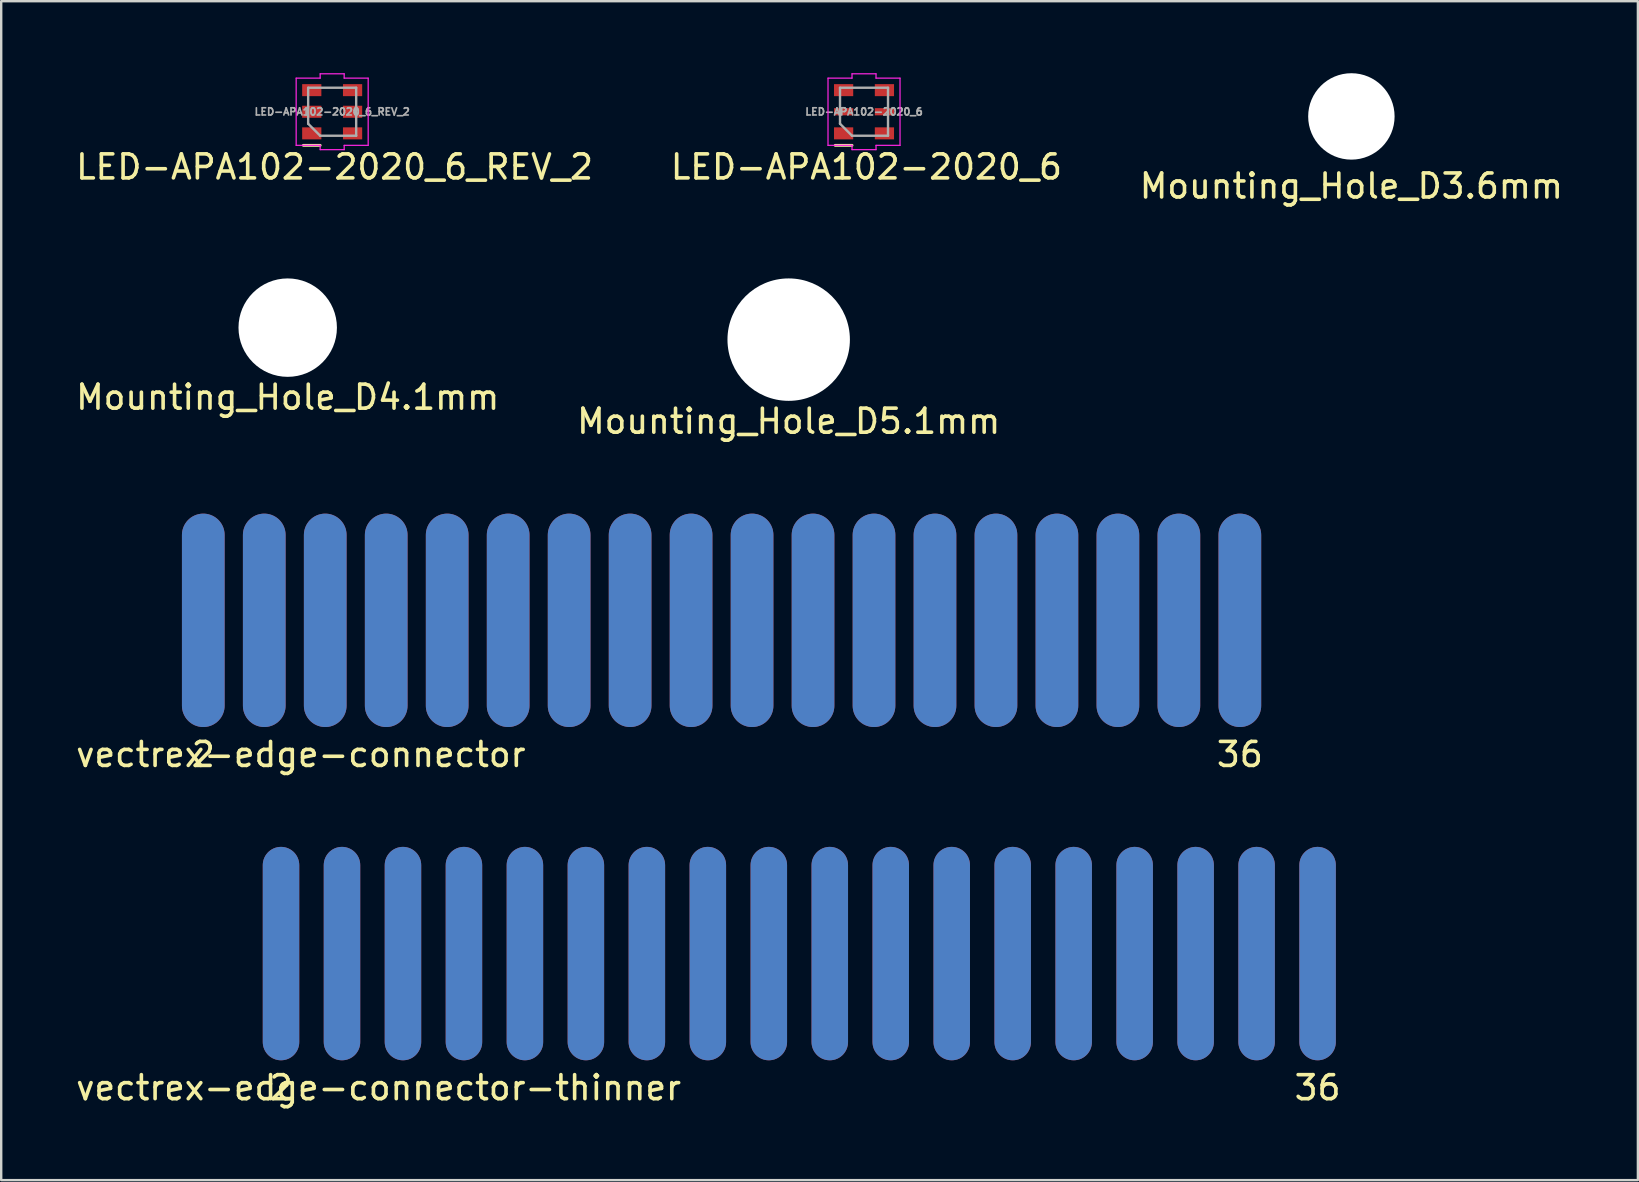
<source format=kicad_pcb>
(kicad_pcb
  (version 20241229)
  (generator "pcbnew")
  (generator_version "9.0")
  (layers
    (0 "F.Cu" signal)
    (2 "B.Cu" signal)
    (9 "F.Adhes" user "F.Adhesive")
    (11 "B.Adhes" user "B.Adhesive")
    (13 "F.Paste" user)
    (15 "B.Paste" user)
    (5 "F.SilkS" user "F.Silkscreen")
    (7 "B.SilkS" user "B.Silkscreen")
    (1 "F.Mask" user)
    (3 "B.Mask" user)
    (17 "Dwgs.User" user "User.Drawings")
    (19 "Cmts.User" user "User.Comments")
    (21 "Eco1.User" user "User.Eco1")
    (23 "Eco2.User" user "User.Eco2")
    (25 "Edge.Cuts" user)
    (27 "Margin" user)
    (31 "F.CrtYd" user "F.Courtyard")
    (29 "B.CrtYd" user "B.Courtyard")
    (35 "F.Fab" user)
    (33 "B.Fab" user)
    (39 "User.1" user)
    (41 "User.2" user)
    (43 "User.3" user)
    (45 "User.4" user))
  (footprint "Mounting_Hole_D5.1mm"
    (layer "F.Cu")
    (at 29.804 11.098)
    (property "Reference" "Mounting_Hole_D5.1mm" (at 0 3.4 0) (layer "F.SilkS") (effects (font (size 1 1) (thickness 0.15))))
    (attr through_hole)
    (fp_circle (center 0 0) (end 1.5 0) (stroke (width 0.05) (type solid)) (fill no) (layer "F.CrtYd"))
    (fp_circle (center 0 0) (end 0.5 0) (stroke (width 0.12) (type solid)) (fill no) (layer "F.Fab"))
    (fp_circle (center 0 0) (end 1 0) (stroke (width 0.12) (type solid)) (fill no) (layer "F.Fab"))
    (pad "" np_thru_hole circle (at 0 0) (size 5.1 5.1) (drill 5.1) (layers "*.Cu" "*.Mask")))
  (footprint "LED-APA102-2020_6"
    (layer "F.Cu")
    (at 32.942 1.605)
    (property "Reference" "LED-APA102-2020_6" (at 0.1 2.3 0) (layer "F.SilkS") (effects (font (size 1 1) (thickness 0.15))))
    (attr smd)
    (fp_line (start -1.2 1.4) (end -0.5 1.4) (stroke (width 0.12) (type solid)) (layer "F.SilkS"))
    (fp_line (start -1.5 -1.4) (end -1.5 1.4) (stroke (width 0.05) (type solid)) (layer "F.CrtYd"))
    (fp_line (start -1.5 -1.4) (end -0.5 -1.4) (stroke (width 0.05) (type solid)) (layer "F.CrtYd"))
    (fp_line (start -0.5 -1.58) (end 0.5 -1.58) (stroke (width 0.05) (type solid)) (layer "F.CrtYd"))
    (fp_line (start -0.5 -1.4) (end -0.5 -1.58) (stroke (width 0.05) (type solid)) (layer "F.CrtYd"))
    (fp_line (start -0.5 1.4) (end -1.5 1.4) (stroke (width 0.05) (type solid)) (layer "F.CrtYd"))
    (fp_line (start -0.5 1.4) (end -0.5 1.58) (stroke (width 0.05) (type solid)) (layer "F.CrtYd"))
    (fp_line (start -0.5 1.58) (end 0.5 1.58) (stroke (width 0.05) (type solid)) (layer "F.CrtYd"))
    (fp_line (start 0.5 -1.58) (end 0.5 -1.4) (stroke (width 0.05) (type solid)) (layer "F.CrtYd"))
    (fp_line (start 0.5 -1.4) (end 1.5 -1.4) (stroke (width 0.05) (type solid)) (layer "F.CrtYd"))
    (fp_line (start 0.5 1.58) (end 0.5 1.4) (stroke (width 0.05) (type solid)) (layer "F.CrtYd"))
    (fp_line (start 1.5 -1.4) (end 1.5 1.4) (stroke (width 0.05) (type solid)) (layer "F.CrtYd"))
    (fp_line (start 1.5 1.4) (end 0.5 1.4) (stroke (width 0.05) (type solid)) (layer "F.CrtYd"))
    (fp_line (start -1 -1) (end 1 -1) (stroke (width 0.1) (type solid)) (layer "F.Fab"))
    (fp_line (start -1 0.5) (end -1 -1) (stroke (width 0.1) (type solid)) (layer "F.Fab"))
    (fp_line (start -1 0.5) (end -0.5 1) (stroke (width 0.1) (type solid)) (layer "F.Fab"))
    (fp_line (start 1 -1) (end 1 1) (stroke (width 0.1) (type solid)) (layer "F.Fab"))
    (fp_line (start 1 1) (end -0.5 1) (stroke (width 0.1) (type solid)) (layer "F.Fab"))
    (fp_text user "${REFERENCE}" (at 0 0 0) (layer "F.Fab") (effects (font (size 0.3 0.3) (thickness 0.07))))
    (pad "1" smd rect (at -0.85 -0.9) (size 0.8 0.5) (layers "F.Cu" "F.Mask" "F.Paste"))
    (pad "2" smd rect (at -0.85 0) (size 0.8 0.3) (layers "F.Cu" "F.Mask" "F.Paste"))
    (pad "3" smd rect (at -0.85 0.9) (size 0.8 0.5) (layers "F.Cu" "F.Mask" "F.Paste"))
    (pad "4" smd rect (at 0.85 0.9) (size 0.8 0.5) (layers "F.Cu" "F.Mask" "F.Paste"))
    (pad "5" smd rect (at 0.85 0) (size 0.8 0.3) (layers "F.Cu" "F.Mask" "F.Paste"))
    (pad "6" smd rect (at 0.85 -0.9) (size 0.8 0.5) (layers "F.Cu" "F.Mask" "F.Paste")))
  (footprint "vectrex-edge-connector-thinner"
    (layer "F.Cu")
    (at 30.246 36.673)
    (property "Reference" "vectrex-edge-connector-thinner" (at -17.526 5.588 180) (layer "F.SilkS") (effects (font (size 1 1) (thickness 0.15))))
    (attr through_hole)
    (fp_text user "36" (at 21.59 5.588 180) (layer "F.SilkS") (effects (font (size 1 1) (thickness 0.15))))
    (fp_text user "2" (at -21.59 5.588 180) (layer "F.SilkS") (effects (font (size 1 1) (thickness 0.15))))
    (pad "1" smd oval (at -21.59 0) (size 1.52 8.89) (layers "B.Cu" "B.Mask"))
    (pad "2" smd oval (at -21.59 0) (size 1.52 8.89) (layers "F.Cu" "F.Mask"))
    (pad "3" smd oval (at -19.05 0) (size 1.52 8.89) (layers "B.Cu" "B.Mask"))
    (pad "4" smd oval (at -19.05 0) (size 1.52 8.89) (layers "F.Cu" "F.Mask"))
    (pad "5" smd oval (at -16.51 0) (size 1.52 8.89) (layers "B.Cu" "B.Mask"))
    (pad "6" smd oval (at -16.51 0) (size 1.52 8.89) (layers "F.Cu" "F.Mask"))
    (pad "7" smd oval (at -13.97 0) (size 1.52 8.89) (layers "B.Cu" "B.Mask"))
    (pad "8" smd oval (at -13.97 0) (size 1.52 8.89) (layers "F.Cu" "F.Mask"))
    (pad "9" smd oval (at -11.43 0) (size 1.52 8.89) (layers "B.Cu" "B.Mask"))
    (pad "10" smd oval (at -11.43 0) (size 1.52 8.89) (layers "F.Cu" "F.Mask"))
    (pad "11" smd oval (at -8.89 0) (size 1.52 8.89) (layers "B.Cu" "B.Mask"))
    (pad "12" smd oval (at -8.89 0) (size 1.52 8.89) (layers "F.Cu" "F.Mask"))
    (pad "13" smd oval (at -6.35 0) (size 1.52 8.89) (layers "B.Cu" "B.Mask"))
    (pad "14" smd oval (at -6.35 0) (size 1.52 8.89) (layers "F.Cu" "F.Mask"))
    (pad "15" smd oval (at -3.81 0) (size 1.52 8.89) (layers "B.Cu" "B.Mask"))
    (pad "16" smd oval (at -3.81 0) (size 1.52 8.89) (layers "F.Cu" "F.Mask"))
    (pad "17" smd oval (at -1.27 0) (size 1.52 8.89) (layers "B.Cu" "B.Mask"))
    (pad "18" smd oval (at -1.27 0) (size 1.52 8.89) (layers "F.Cu" "F.Mask"))
    (pad "19" smd oval (at 1.27 0) (size 1.52 8.89) (layers "B.Cu" "B.Mask"))
    (pad "20" smd oval (at 1.27 0) (size 1.52 8.89) (layers "F.Cu" "F.Mask"))
    (pad "21" smd oval (at 3.81 0) (size 1.52 8.89) (layers "B.Cu" "B.Mask"))
    (pad "22" smd oval (at 3.81 0) (size 1.52 8.89) (layers "F.Cu" "F.Mask"))
    (pad "23" smd oval (at 6.35 0) (size 1.52 8.89) (layers "B.Cu" "B.Mask"))
    (pad "24" smd oval (at 6.35 0) (size 1.52 8.89) (layers "F.Cu" "F.Mask"))
    (pad "25" smd oval (at 8.89 0) (size 1.52 8.89) (layers "B.Cu" "B.Mask"))
    (pad "26" smd oval (at 8.89 0) (size 1.52 8.89) (layers "F.Cu" "F.Mask"))
    (pad "27" smd oval (at 11.43 0) (size 1.52 8.89) (layers "B.Cu" "B.Mask"))
    (pad "28" smd oval (at 11.43 0) (size 1.52 8.89) (layers "F.Cu" "F.Mask"))
    (pad "29" smd oval (at 13.97 0) (size 1.52 8.89) (layers "B.Cu" "B.Mask"))
    (pad "30" smd oval (at 13.97 0) (size 1.52 8.89) (layers "F.Cu" "F.Mask"))
    (pad "31" smd oval (at 16.51 0) (size 1.52 8.89) (layers "B.Cu" "B.Mask"))
    (pad "32" smd oval (at 16.51 0) (size 1.52 8.89) (layers "F.Cu" "F.Mask"))
    (pad "33" smd oval (at 19.05 0) (size 1.52 8.89) (layers "B.Cu" "B.Mask"))
    (pad "34" smd oval (at 19.05 0) (size 1.52 8.89) (layers "F.Cu" "F.Mask"))
    (pad "35" smd oval (at 21.59 0) (size 1.52 8.89) (layers "B.Cu" "B.Mask"))
    (pad "36" smd oval (at 21.59 0) (size 1.52 8.89) (layers "F.Cu" "F.Mask")))
  (footprint "vectrex-edge-connector"
    (layer "F.Cu")
    (at 5.418 22.791)
    (property "Reference" "vectrex-edge-connector" (at 4.064 5.588 0) (layer "F.SilkS") (effects (font (size 1 1) (thickness 0.15))))
    (attr through_hole)
    (fp_text user "36" (at 43.18 5.588 0) (layer "F.SilkS") (effects (font (size 1 1) (thickness 0.15))))
    (fp_text user "2" (at 0 5.588 0) (layer "F.SilkS") (effects (font (size 1 1) (thickness 0.15))))
    (pad "1" smd oval (at 0 0) (size 1.778 8.89) (layers "B.Cu" "B.Mask"))
    (pad "2" smd oval (at 0 0) (size 1.778 8.89) (layers "F.Cu" "F.Mask"))
    (pad "3" smd oval (at 2.54 0) (size 1.778 8.89) (layers "B.Cu" "B.Mask"))
    (pad "4" smd oval (at 2.54 0) (size 1.778 8.89) (layers "F.Cu" "F.Mask"))
    (pad "5" smd oval (at 5.08 0) (size 1.778 8.89) (layers "B.Cu" "B.Mask"))
    (pad "6" smd oval (at 5.08 0) (size 1.778 8.89) (layers "F.Cu" "F.Mask"))
    (pad "7" smd oval (at 7.62 0) (size 1.778 8.89) (layers "B.Cu" "B.Mask"))
    (pad "8" smd oval (at 7.62 0) (size 1.778 8.89) (layers "F.Cu" "F.Mask"))
    (pad "9" smd oval (at 10.16 0) (size 1.778 8.89) (layers "B.Cu" "B.Mask"))
    (pad "10" smd oval (at 10.16 0) (size 1.778 8.89) (layers "F.Cu" "F.Mask"))
    (pad "11" smd oval (at 12.7 0) (size 1.778 8.89) (layers "B.Cu" "B.Mask"))
    (pad "12" smd oval (at 12.7 0) (size 1.778 8.89) (layers "F.Cu" "F.Mask"))
    (pad "13" smd oval (at 15.24 0) (size 1.778 8.89) (layers "B.Cu" "B.Mask"))
    (pad "14" smd oval (at 15.24 0) (size 1.778 8.89) (layers "F.Cu" "F.Mask"))
    (pad "15" smd oval (at 17.78 0) (size 1.778 8.89) (layers "B.Cu" "B.Mask"))
    (pad "16" smd oval (at 17.78 0) (size 1.778 8.89) (layers "F.Cu" "F.Mask"))
    (pad "17" smd oval (at 20.32 0) (size 1.778 8.89) (layers "B.Cu" "B.Mask"))
    (pad "18" smd oval (at 20.32 0) (size 1.778 8.89) (layers "F.Cu" "F.Mask"))
    (pad "19" smd oval (at 22.86 0) (size 1.778 8.89) (layers "B.Cu" "B.Mask"))
    (pad "20" smd oval (at 22.86 0) (size 1.778 8.89) (layers "F.Cu" "F.Mask"))
    (pad "21" smd oval (at 25.4 0) (size 1.778 8.89) (layers "B.Cu" "B.Mask"))
    (pad "22" smd oval (at 25.4 0) (size 1.778 8.89) (layers "F.Cu" "F.Mask"))
    (pad "23" smd oval (at 27.94 0) (size 1.778 8.89) (layers "B.Cu" "B.Mask"))
    (pad "24" smd oval (at 27.94 0) (size 1.778 8.89) (layers "F.Cu" "F.Mask"))
    (pad "25" smd oval (at 30.48 0) (size 1.778 8.89) (layers "B.Cu" "B.Mask"))
    (pad "26" smd oval (at 30.48 0) (size 1.778 8.89) (layers "F.Cu" "F.Mask"))
    (pad "27" smd oval (at 33.02 0) (size 1.778 8.89) (layers "B.Cu" "B.Mask"))
    (pad "28" smd oval (at 33.02 0) (size 1.778 8.89) (layers "F.Cu" "F.Mask"))
    (pad "29" smd oval (at 35.56 0) (size 1.778 8.89) (layers "B.Cu" "B.Mask"))
    (pad "30" smd oval (at 35.56 0) (size 1.778 8.89) (layers "F.Cu" "F.Mask"))
    (pad "31" smd oval (at 38.1 0) (size 1.778 8.89) (layers "B.Cu" "B.Mask"))
    (pad "32" smd oval (at 38.1 0) (size 1.778 8.89) (layers "F.Cu" "F.Mask"))
    (pad "33" smd oval (at 40.64 0) (size 1.778 8.89) (layers "B.Cu" "B.Mask"))
    (pad "34" smd oval (at 40.64 0) (size 1.778 8.89) (layers "F.Cu" "F.Mask"))
    (pad "35" smd oval (at 43.18 0) (size 1.778 8.89) (layers "B.Cu" "B.Mask"))
    (pad "36" smd oval (at 43.18 0) (size 1.778 8.89) (layers "F.Cu" "F.Mask")))
  (footprint "LED-APA102-2020_6_REV_2"
    (layer "F.Cu")
    (at 10.787 1.605)
    (property "Reference" "LED-APA102-2020_6_REV_2" (at 0.1 2.3 0) (layer "F.SilkS") (effects (font (size 1 1) (thickness 0.15))))
    (attr smd)
    (fp_line (start -1.2 1.4) (end -0.5 1.4) (stroke (width 0.12) (type solid)) (layer "F.SilkS"))
    (fp_line (start -1.5 -1.4) (end -1.5 1.4) (stroke (width 0.05) (type solid)) (layer "F.CrtYd"))
    (fp_line (start -1.5 -1.4) (end -0.5 -1.4) (stroke (width 0.05) (type solid)) (layer "F.CrtYd"))
    (fp_line (start -0.5 -1.58) (end 0.5 -1.58) (stroke (width 0.05) (type solid)) (layer "F.CrtYd"))
    (fp_line (start -0.5 -1.4) (end -0.5 -1.58) (stroke (width 0.05) (type solid)) (layer "F.CrtYd"))
    (fp_line (start -0.5 1.4) (end -1.5 1.4) (stroke (width 0.05) (type solid)) (layer "F.CrtYd"))
    (fp_line (start -0.5 1.4) (end -0.5 1.58) (stroke (width 0.05) (type solid)) (layer "F.CrtYd"))
    (fp_line (start -0.5 1.58) (end 0.5 1.58) (stroke (width 0.05) (type solid)) (layer "F.CrtYd"))
    (fp_line (start 0.5 -1.58) (end 0.5 -1.4) (stroke (width 0.05) (type solid)) (layer "F.CrtYd"))
    (fp_line (start 0.5 -1.4) (end 1.5 -1.4) (stroke (width 0.05) (type solid)) (layer "F.CrtYd"))
    (fp_line (start 0.5 1.58) (end 0.5 1.4) (stroke (width 0.05) (type solid)) (layer "F.CrtYd"))
    (fp_line (start 1.5 -1.4) (end 1.5 1.4) (stroke (width 0.05) (type solid)) (layer "F.CrtYd"))
    (fp_line (start 1.5 1.4) (end 0.5 1.4) (stroke (width 0.05) (type solid)) (layer "F.CrtYd"))
    (fp_line (start -1 -1) (end 1 -1) (stroke (width 0.1) (type solid)) (layer "F.Fab"))
    (fp_line (start -1 0.5) (end -1 -1) (stroke (width 0.1) (type solid)) (layer "F.Fab"))
    (fp_line (start -1 0.5) (end -0.5 1) (stroke (width 0.1) (type solid)) (layer "F.Fab"))
    (fp_line (start 1 -1) (end 1 1) (stroke (width 0.1) (type solid)) (layer "F.Fab"))
    (fp_line (start 1 1) (end -0.5 1) (stroke (width 0.1) (type solid)) (layer "F.Fab"))
    (fp_text user "${REFERENCE}" (at 0 0 0) (layer "F.Fab") (effects (font (size 0.3 0.3) (thickness 0.07))))
    (pad "1" smd rect (at -0.85 -0.9) (size 0.8 0.5) (layers "F.Cu" "F.Mask" "F.Paste"))
    (pad "2" smd rect (at -0.85 0) (size 0.8 0.5) (layers "F.Cu" "F.Mask" "F.Paste"))
    (pad "3" smd rect (at -0.85 0.9) (size 0.8 0.5) (layers "F.Cu" "F.Mask" "F.Paste"))
    (pad "4" smd rect (at 0.85 0.9) (size 0.8 0.5) (layers "F.Cu" "F.Mask" "F.Paste"))
    (pad "5" smd rect (at 0.85 0) (size 0.8 0.5) (layers "F.Cu" "F.Mask" "F.Paste"))
    (pad "6" smd rect (at 0.85 -0.9) (size 0.8 0.5) (layers "F.Cu" "F.Mask" "F.Paste")))
  (footprint "Mounting_Hole_D3.6mm"
    (layer "F.Cu")
    (at 53.244 1.8)
    (property "Reference" "Mounting_Hole_D3.6mm" (at 0 2.9 0) (layer "F.SilkS") (effects (font (size 1 1) (thickness 0.15))))
    (attr through_hole)
    (fp_circle (center 0 0) (end 1.5 0) (stroke (width 0.05) (type solid)) (fill no) (layer "F.CrtYd"))
    (fp_circle (center 0 0) (end 0.5 0) (stroke (width 0.12) (type solid)) (fill no) (layer "F.Fab"))
    (fp_circle (center 0 0) (end 1 0) (stroke (width 0.12) (type solid)) (fill no) (layer "F.Fab"))
    (pad "" np_thru_hole circle (at 0 0) (size 3.6 3.6) (drill 3.6) (layers "*.Cu" "*.Mask")))
  (footprint "Mounting_Hole_D4.1mm"
    (layer "F.Cu")
    (at 8.935 10.598)
    (property "Reference" "Mounting_Hole_D4.1mm" (at 0 2.9 0) (layer "F.SilkS") (effects (font (size 1 1) (thickness 0.15))))
    (attr through_hole)
    (fp_circle (center 0 0) (end 1.5 0) (stroke (width 0.05) (type solid)) (fill no) (layer "F.CrtYd"))
    (fp_circle (center 0 0) (end 0.5 0) (stroke (width 0.12) (type solid)) (fill no) (layer "F.Fab"))
    (fp_circle (center 0 0) (end 1 0) (stroke (width 0.12) (type solid)) (fill no) (layer "F.Fab"))
    (pad "" np_thru_hole circle (at 0 0) (size 4.1 4.1) (drill 4.1) (layers "*.Cu" "*.Mask")))
  (gr_rect
    (start -3 -3)
    (end 65.179 46.109)
    (stroke (width 0.1) (type default))
    (fill no)
    (layer "Edge.Cuts")))
</source>
